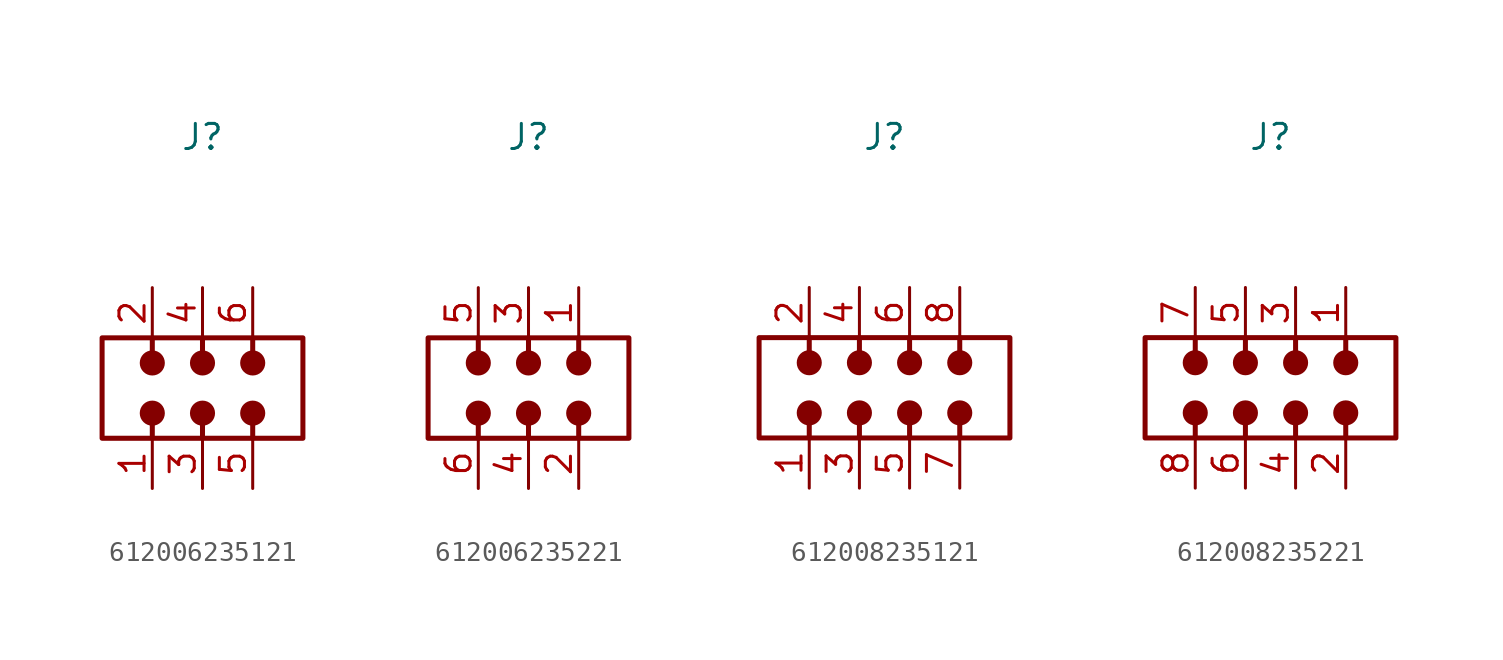
<source format=kicad_sym>
(kicad_symbol_lib
  (version 20241209)
  (generator "kicad_symbol_editor")
  (generator_version "9.0")
  (symbol "612006235121"
    (pin_names
      (hide yes))
    (property "Reference" "J"
      (at 0 12.7 0)
      (effects (font (size 1.27 1.27))))
    (symbol "612006235121_1_1"
      (polyline (pts (xy -2.54 1.778) (xy -2.54 2.54)) (stroke (width 0.254) (type solid)) (fill (type none)))
      (circle (center -2.54 1.27) (radius 0.508) (stroke (width 0.254) (type solid)) (fill (type outline)))
      (circle (center -2.54 -1.27) (radius 0.508) (stroke (width 0.254) (type solid)) (fill (type outline)))
      (polyline (pts (xy -2.54 -1.778) (xy -2.54 -2.54)) (stroke (width 0.254) (type solid)) (fill (type none)))
      (polyline (pts (xy 0 1.778) (xy 0 2.54)) (stroke (width 0.254) (type solid)) (fill (type none)))
      (circle (center 0 1.27) (radius 0.508) (stroke (width 0.254) (type solid)) (fill (type outline)))
      (circle (center 0 -1.27) (radius 0.508) (stroke (width 0.254) (type solid)) (fill (type outline)))
      (polyline (pts (xy 0 -1.778) (xy 0 -2.54)) (stroke (width 0.254) (type solid)) (fill (type none)))
      (polyline (pts (xy 2.54 1.778) (xy 2.54 2.54)) (stroke (width 0.254) (type solid)) (fill (type none)))
      (circle (center 2.54 1.27) (radius 0.508) (stroke (width 0.254) (type solid)) (fill (type outline)))
      (circle (center 2.54 -1.27) (radius 0.508) (stroke (width 0.254) (type solid)) (fill (type outline)))
      (polyline (pts (xy 2.54 -1.778) (xy 2.54 -2.54)) (stroke (width 0.254) (type solid)) (fill (type none)))
      (rectangle (start 5.08 -2.54) (end -5.08 2.54) (stroke (width 0.254) (type solid)) (fill (type none)))
      (pin passive line (at -2.54 5.08 270) (length 2.54) (name "2" (effects (font (size 1.27 1.27)))) (number "2" (effects (font (size 1.27 1.27)))))
      (pin passive line (at -2.54 -5.08 90) (length 2.54) (name "1" (effects (font (size 1.27 1.27)))) (number "1" (effects (font (size 1.27 1.27)))))
      (pin passive line (at 0 5.08 270) (length 2.54) (name "4" (effects (font (size 1.27 1.27)))) (number "4" (effects (font (size 1.27 1.27)))))
      (pin passive line (at 0 -5.08 90) (length 2.54) (name "3" (effects (font (size 1.27 1.27)))) (number "3" (effects (font (size 1.27 1.27)))))
      (pin passive line (at 2.54 5.08 270) (length 2.54) (name "6" (effects (font (size 1.27 1.27)))) (number "6" (effects (font (size 1.27 1.27)))))
      (pin passive line (at 2.54 -5.08 90) (length 2.54) (name "5" (effects (font (size 1.27 1.27)))) (number "5" (effects (font (size 1.27 1.27)))))))
  (symbol "612006235221"
    (pin_names
      (hide yes))
    (property "Reference" "J"
      (at 0 12.7 0)
      (effects (font (size 1.27 1.27))))
    (symbol "612006235221_1_1"
      (rectangle (start -5.08 2.54) (end 5.08 -2.54) (stroke (width 0.254) (type solid)) (fill (type none)))
      (polyline (pts (xy -2.54 1.778) (xy -2.54 2.54)) (stroke (width 0.254) (type solid)) (fill (type none)))
      (circle (center -2.54 1.27) (radius 0.508) (stroke (width 0.254) (type solid)) (fill (type outline)))
      (circle (center -2.54 -1.27) (radius 0.508) (stroke (width 0.254) (type solid)) (fill (type outline)))
      (polyline (pts (xy -2.54 -1.778) (xy -2.54 -2.54)) (stroke (width 0.254) (type solid)) (fill (type none)))
      (polyline (pts (xy 0 1.778) (xy 0 2.54)) (stroke (width 0.254) (type solid)) (fill (type none)))
      (circle (center 0 1.27) (radius 0.508) (stroke (width 0.254) (type solid)) (fill (type outline)))
      (circle (center 0 -1.27) (radius 0.508) (stroke (width 0.254) (type solid)) (fill (type outline)))
      (polyline (pts (xy 0 -1.778) (xy 0 -2.54)) (stroke (width 0.254) (type solid)) (fill (type none)))
      (polyline (pts (xy 2.54 1.778) (xy 2.54 2.54)) (stroke (width 0.254) (type solid)) (fill (type none)))
      (circle (center 2.54 1.27) (radius 0.508) (stroke (width 0.254) (type solid)) (fill (type outline)))
      (circle (center 2.54 -1.27) (radius 0.508) (stroke (width 0.254) (type solid)) (fill (type outline)))
      (polyline (pts (xy 2.54 -1.778) (xy 2.54 -2.54)) (stroke (width 0.254) (type solid)) (fill (type none)))
      (pin passive line (at -2.54 5.08 270) (length 2.54) (name "5" (effects (font (size 1.27 1.27)))) (number "5" (effects (font (size 1.27 1.27)))))
      (pin passive line (at -2.54 -5.08 90) (length 2.54) (name "6" (effects (font (size 1.27 1.27)))) (number "6" (effects (font (size 1.27 1.27)))))
      (pin passive line (at 0 5.08 270) (length 2.54) (name "3" (effects (font (size 1.27 1.27)))) (number "3" (effects (font (size 1.27 1.27)))))
      (pin passive line (at 0 -5.08 90) (length 2.54) (name "4" (effects (font (size 1.27 1.27)))) (number "4" (effects (font (size 1.27 1.27)))))
      (pin passive line (at 2.54 5.08 270) (length 2.54) (name "1" (effects (font (size 1.27 1.27)))) (number "1" (effects (font (size 1.27 1.27)))))
      (pin passive line (at 2.54 -5.08 90) (length 2.54) (name "2" (effects (font (size 1.27 1.27)))) (number "2" (effects (font (size 1.27 1.27)))))))
  (symbol "612008235121"
    (pin_names
      (hide yes))
    (property "Reference" "J"
      (at 0 12.7 0)
      (effects (font (size 1.27 1.27))))
    (symbol "612008235121_1_1"
      (rectangle (start -6.35 2.54) (end 6.35 -2.54) (stroke (width 0.254) (type solid)) (fill (type none)))
      (polyline (pts (xy -3.81 1.778) (xy -3.81 2.54)) (stroke (width 0.254) (type solid)) (fill (type none)))
      (circle (center -3.81 1.27) (radius 0.508) (stroke (width 0.254) (type solid)) (fill (type outline)))
      (circle (center -3.81 -1.27) (radius 0.508) (stroke (width 0.254) (type solid)) (fill (type outline)))
      (polyline (pts (xy -3.81 -1.778) (xy -3.81 -2.54)) (stroke (width 0.254) (type solid)) (fill (type none)))
      (polyline (pts (xy -1.27 1.778) (xy -1.27 2.54)) (stroke (width 0.254) (type solid)) (fill (type none)))
      (circle (center -1.27 1.27) (radius 0.508) (stroke (width 0.254) (type solid)) (fill (type outline)))
      (circle (center -1.27 -1.27) (radius 0.508) (stroke (width 0.254) (type solid)) (fill (type outline)))
      (polyline (pts (xy -1.27 -1.778) (xy -1.27 -2.54)) (stroke (width 0.254) (type solid)) (fill (type none)))
      (polyline (pts (xy 1.27 1.778) (xy 1.27 2.54)) (stroke (width 0.254) (type solid)) (fill (type none)))
      (circle (center 1.27 1.27) (radius 0.508) (stroke (width 0.254) (type solid)) (fill (type outline)))
      (circle (center 1.27 -1.27) (radius 0.508) (stroke (width 0.254) (type solid)) (fill (type outline)))
      (polyline (pts (xy 1.27 -1.778) (xy 1.27 -2.54)) (stroke (width 0.254) (type solid)) (fill (type none)))
      (polyline (pts (xy 3.81 1.778) (xy 3.81 2.54)) (stroke (width 0.254) (type solid)) (fill (type none)))
      (circle (center 3.81 1.27) (radius 0.508) (stroke (width 0.254) (type solid)) (fill (type outline)))
      (circle (center 3.81 -1.27) (radius 0.508) (stroke (width 0.254) (type solid)) (fill (type outline)))
      (polyline (pts (xy 3.81 -1.778) (xy 3.81 -2.54)) (stroke (width 0.254) (type solid)) (fill (type none)))
      (pin passive line (at -3.81 5.08 270) (length 2.54) (name "2" (effects (font (size 1.27 1.27)))) (number "2" (effects (font (size 1.27 1.27)))))
      (pin passive line (at -3.81 -5.08 90) (length 2.54) (name "1" (effects (font (size 1.27 1.27)))) (number "1" (effects (font (size 1.27 1.27)))))
      (pin passive line (at -1.27 5.08 270) (length 2.54) (name "4" (effects (font (size 1.27 1.27)))) (number "4" (effects (font (size 1.27 1.27)))))
      (pin passive line (at -1.27 -5.08 90) (length 2.54) (name "3" (effects (font (size 1.27 1.27)))) (number "3" (effects (font (size 1.27 1.27)))))
      (pin passive line (at 1.27 5.08 270) (length 2.54) (name "6" (effects (font (size 1.27 1.27)))) (number "6" (effects (font (size 1.27 1.27)))))
      (pin passive line (at 1.27 -5.08 90) (length 2.54) (name "5" (effects (font (size 1.27 1.27)))) (number "5" (effects (font (size 1.27 1.27)))))
      (pin passive line (at 3.81 5.08 270) (length 2.54) (name "8" (effects (font (size 1.27 1.27)))) (number "8" (effects (font (size 1.27 1.27)))))
      (pin passive line (at 3.81 -5.08 90) (length 2.54) (name "7" (effects (font (size 1.27 1.27)))) (number "7" (effects (font (size 1.27 1.27)))))))
  (symbol "612008235221"
    (pin_names
      (hide yes))
    (property "Reference" "J"
      (at 0 12.7 0)
      (effects (font (size 1.27 1.27))))
    (symbol "612008235221_1_1"
      (rectangle (start -6.35 2.54) (end 6.35 -2.54) (stroke (width 0.254) (type solid)) (fill (type none)))
      (polyline (pts (xy -3.81 1.778) (xy -3.81 2.54)) (stroke (width 0.254) (type solid)) (fill (type none)))
      (circle (center -3.81 1.27) (radius 0.508) (stroke (width 0.254) (type solid)) (fill (type outline)))
      (circle (center -3.81 -1.27) (radius 0.508) (stroke (width 0.254) (type solid)) (fill (type outline)))
      (polyline (pts (xy -3.81 -1.778) (xy -3.81 -2.54)) (stroke (width 0.254) (type solid)) (fill (type none)))
      (polyline (pts (xy -1.27 1.778) (xy -1.27 2.54)) (stroke (width 0.254) (type solid)) (fill (type none)))
      (circle (center -1.27 1.27) (radius 0.508) (stroke (width 0.254) (type solid)) (fill (type outline)))
      (circle (center -1.27 -1.27) (radius 0.508) (stroke (width 0.254) (type solid)) (fill (type outline)))
      (polyline (pts (xy -1.27 -1.778) (xy -1.27 -2.54)) (stroke (width 0.254) (type solid)) (fill (type none)))
      (polyline (pts (xy 1.27 1.778) (xy 1.27 2.54)) (stroke (width 0.254) (type solid)) (fill (type none)))
      (circle (center 1.27 1.27) (radius 0.508) (stroke (width 0.254) (type solid)) (fill (type outline)))
      (circle (center 1.27 -1.27) (radius 0.508) (stroke (width 0.254) (type solid)) (fill (type outline)))
      (polyline (pts (xy 1.27 -1.778) (xy 1.27 -2.54)) (stroke (width 0.254) (type solid)) (fill (type none)))
      (polyline (pts (xy 3.81 1.778) (xy 3.81 2.54)) (stroke (width 0.254) (type solid)) (fill (type none)))
      (circle (center 3.81 1.27) (radius 0.508) (stroke (width 0.254) (type solid)) (fill (type outline)))
      (circle (center 3.81 -1.27) (radius 0.508) (stroke (width 0.254) (type solid)) (fill (type outline)))
      (polyline (pts (xy 3.81 -1.778) (xy 3.81 -2.54)) (stroke (width 0.254) (type solid)) (fill (type none)))
      (pin passive line (at -3.81 5.08 270) (length 2.54) (name "7" (effects (font (size 1.27 1.27)))) (number "7" (effects (font (size 1.27 1.27)))))
      (pin passive line (at -3.81 -5.08 90) (length 2.54) (name "8" (effects (font (size 1.27 1.27)))) (number "8" (effects (font (size 1.27 1.27)))))
      (pin passive line (at -1.27 5.08 270) (length 2.54) (name "5" (effects (font (size 1.27 1.27)))) (number "5" (effects (font (size 1.27 1.27)))))
      (pin passive line (at -1.27 -5.08 90) (length 2.54) (name "6" (effects (font (size 1.27 1.27)))) (number "6" (effects (font (size 1.27 1.27)))))
      (pin passive line (at 1.27 5.08 270) (length 2.54) (name "3" (effects (font (size 1.27 1.27)))) (number "3" (effects (font (size 1.27 1.27)))))
      (pin passive line (at 1.27 -5.08 90) (length 2.54) (name "4" (effects (font (size 1.27 1.27)))) (number "4" (effects (font (size 1.27 1.27)))))
      (pin passive line (at 3.81 5.08 270) (length 2.54) (name "1" (effects (font (size 1.27 1.27)))) (number "1" (effects (font (size 1.27 1.27)))))
      (pin passive line (at 3.81 -5.08 90) (length 2.54) (name "2" (effects (font (size 1.27 1.27)))) (number "2" (effects (font (size 1.27 1.27))))))))
</source>
